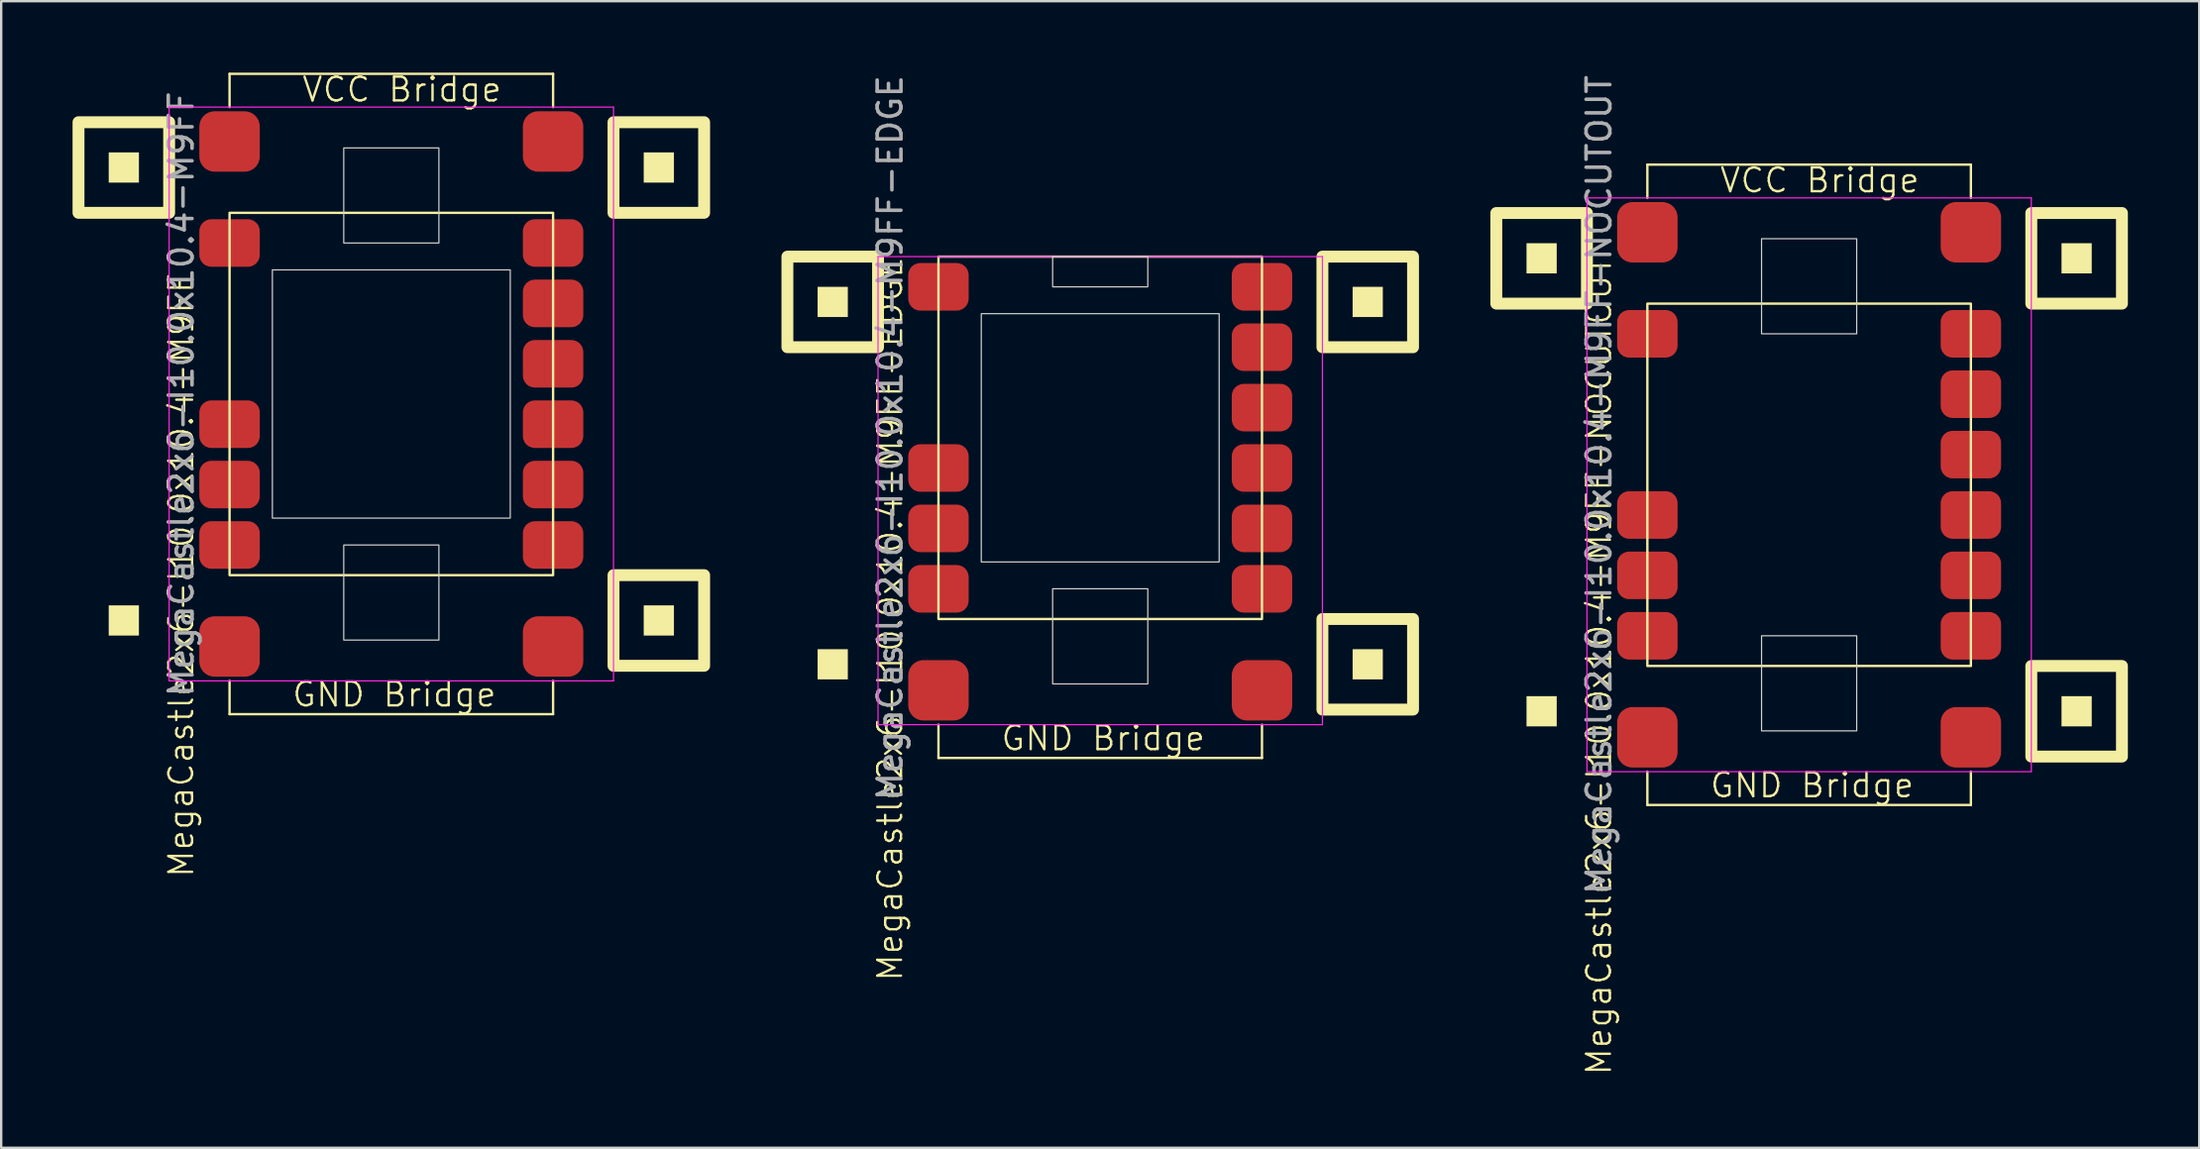
<source format=kicad_pcb>
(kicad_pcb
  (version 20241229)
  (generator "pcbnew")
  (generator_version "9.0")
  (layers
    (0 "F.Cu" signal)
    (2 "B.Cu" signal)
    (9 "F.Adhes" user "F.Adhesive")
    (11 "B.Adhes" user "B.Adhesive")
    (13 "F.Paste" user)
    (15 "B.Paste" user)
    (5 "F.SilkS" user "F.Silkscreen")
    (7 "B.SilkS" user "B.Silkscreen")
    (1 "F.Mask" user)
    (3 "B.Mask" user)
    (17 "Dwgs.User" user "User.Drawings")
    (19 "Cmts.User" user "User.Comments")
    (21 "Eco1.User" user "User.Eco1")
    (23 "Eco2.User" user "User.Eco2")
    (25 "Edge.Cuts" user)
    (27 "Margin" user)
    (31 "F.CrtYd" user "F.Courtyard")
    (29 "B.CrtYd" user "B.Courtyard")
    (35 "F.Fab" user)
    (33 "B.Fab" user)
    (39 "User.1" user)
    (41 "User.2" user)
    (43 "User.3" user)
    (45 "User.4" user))
  (footprint "MegaCastle2x6-I10.0x10.4-M9FF-EDGE"
    (layer "F.Cu")
    (at 43.2 15.363)
    (property "Reference" "MegaCastle2x6-I10.0x10.4-M9FF-EDGE" (at -8.832 7.62 90) (unlocked yes) (layer "F.SilkS") (effects (font (size 1 1) (thickness 0.1))))
    (attr smd)
    (fp_line (start -6.8 12.065) (end -6.8 13.465) (stroke (width 0.1) (type default)) (layer "F.SilkS"))
    (fp_line (start -6.8 13.465) (end 6.8 13.465) (stroke (width 0.1) (type default)) (layer "F.SilkS"))
    (fp_line (start 6.8 12.065) (end 6.8 13.465) (stroke (width 0.1) (type default)) (layer "F.SilkS"))
    (fp_rect (start -10.61 -5.08) (end -11.88 -6.35) (stroke (width 0) (type solid)) (fill yes) (layer "F.SilkS"))
    (fp_rect (start -10.61 10.16) (end -11.88 8.89) (stroke (width 0) (type solid)) (fill yes) (layer "F.SilkS"))
    (fp_rect (start -9.34 -3.81) (end -13.15 -7.62) (stroke (width 0.5) (type default)) (fill no) (layer "F.SilkS"))
    (fp_rect (start -6.8 -7.62) (end 6.8 7.62) (stroke (width 0.1) (type default)) (fill no) (layer "F.SilkS"))
    (fp_rect (start 11.88 -5.08) (end 10.61 -6.35) (stroke (width 0) (type solid)) (fill yes) (layer "F.SilkS"))
    (fp_rect (start 11.88 10.16) (end 10.61 8.89) (stroke (width 0) (type solid)) (fill yes) (layer "F.SilkS"))
    (fp_rect (start 13.15 -3.81) (end 9.34 -7.62) (stroke (width 0.5) (type default)) (fill no) (layer "F.SilkS"))
    (fp_rect (start 13.15 11.43) (end 9.34 7.62) (stroke (width 0.5) (type default)) (fill no) (layer "F.SilkS"))
    (fp_rect (start -5 -5.22) (end 5 5.22) (stroke (width 0.05) (type default)) (fill no) (layer "Edge.Cuts"))
    (fp_rect (start -2 -6.35) (end 2 -7.62) (stroke (width 0.05) (type default)) (fill no) (layer "Edge.Cuts"))
    (fp_rect (start -2 6.35) (end 2 10.35) (stroke (width 0.05) (type default)) (fill no) (layer "Edge.Cuts"))
    (fp_line (start -9.34 -7.62) (end -9.34 12.065) (stroke (width 0.05) (type default)) (layer "F.CrtYd"))
    (fp_line (start -9.34 12.065) (end 9.34 12.065) (stroke (width 0.05) (type default)) (layer "F.CrtYd"))
    (fp_line (start 9.34 -7.62) (end -9.34 -7.62) (stroke (width 0.05) (type default)) (layer "F.CrtYd"))
    (fp_line (start 9.34 -7.62) (end 9.34 12.065) (stroke (width 0.05) (type default)) (layer "F.CrtYd"))
    (fp_text user "GND Bridge" (at -4.226 13.22 0) (unlocked yes) (layer "F.SilkS") (effects (font (size 1 1) (thickness 0.1)) (justify left bottom)))
    (fp_text user "${REFERENCE}" (at -8.832 0 90) (unlocked yes) (layer "F.Fab") (effects (font (size 1 1) (thickness 0.15))))
    (pad "1" smd roundrect (at -6.8 -6.35) (size 2.54 2) (layers "F.Cu" "F.Mask" "F.Paste") (roundrect_rratio 0.25))
    (pad "4" smd roundrect (at -6.8 1.27) (size 2.54 2) (layers "F.Cu" "F.Mask" "F.Paste") (roundrect_rratio 0.25))
    (pad "5" smd roundrect (at -6.8 3.81) (size 2.54 2) (layers "F.Cu" "F.Mask" "F.Paste") (roundrect_rratio 0.25))
    (pad "6" smd roundrect (at -6.8 6.35) (size 2.54 2) (layers "F.Cu" "F.Mask" "F.Paste") (roundrect_rratio 0.25))
    (pad "7" smd roundrect (at 6.8 -6.35) (size 2.54 2) (layers "F.Cu" "F.Mask" "F.Paste") (roundrect_rratio 0.25))
    (pad "8" smd roundrect (at 6.8 -3.81) (size 2.54 2) (layers "F.Cu" "F.Mask" "F.Paste") (roundrect_rratio 0.25))
    (pad "9" smd roundrect (at 6.8 -1.27) (size 2.54 2) (layers "F.Cu" "F.Mask" "F.Paste") (roundrect_rratio 0.25))
    (pad "10" smd roundrect (at 6.8 1.27) (size 2.54 2) (layers "F.Cu" "F.Mask" "F.Paste") (roundrect_rratio 0.25))
    (pad "11" smd roundrect (at 6.8 3.81) (size 2.54 2) (layers "F.Cu" "F.Mask" "F.Paste") (roundrect_rratio 0.25))
    (pad "12" smd roundrect (at 6.8 6.35) (size 2.54 2) (layers "F.Cu" "F.Mask" "F.Paste") (roundrect_rratio 0.25))
    (pad "B1" smd roundrect (at -6.8 10.62) (size 2.54 2.54) (layers "F.Cu" "F.Mask" "F.Paste") (roundrect_rratio 0.25))
    (pad "B2" smd roundrect (at 6.8 10.62) (size 2.54 2.54) (layers "F.Cu" "F.Mask" "F.Paste") (roundrect_rratio 0.25)))
  (footprint "MegaCastle2x6-I10.0x10.4-M9FF-NOCUTOUT"
    (layer "F.Cu")
    (at 73 17.339)
    (property "Reference" "MegaCastle2x6-I10.0x10.4-M9FF-NOCUTOUT" (at -8.832 7.62 90) (unlocked yes) (layer "F.SilkS") (effects (font (size 1 1) (thickness 0.1))))
    (attr smd)
    (fp_line (start -6.8 -13.465) (end 6.8 -13.465) (stroke (width 0.1) (type default)) (layer "F.SilkS"))
    (fp_line (start -6.8 -12.065) (end -6.8 -13.465) (stroke (width 0.1) (type default)) (layer "F.SilkS"))
    (fp_line (start -6.8 12.065) (end -6.8 13.465) (stroke (width 0.1) (type default)) (layer "F.SilkS"))
    (fp_line (start -6.8 13.465) (end 6.8 13.465) (stroke (width 0.1) (type default)) (layer "F.SilkS"))
    (fp_line (start 6.8 -12.065) (end 6.8 -13.465) (stroke (width 0.1) (type default)) (layer "F.SilkS"))
    (fp_line (start 6.8 12.065) (end 6.8 13.465) (stroke (width 0.1) (type default)) (layer "F.SilkS"))
    (fp_rect (start -10.61 -8.89) (end -11.88 -10.16) (stroke (width 0) (type solid)) (fill yes) (layer "F.SilkS"))
    (fp_rect (start -10.61 10.16) (end -11.88 8.89) (stroke (width 0) (type solid)) (fill yes) (layer "F.SilkS"))
    (fp_rect (start -9.34 -7.62) (end -13.15 -11.43) (stroke (width 0.5) (type default)) (fill no) (layer "F.SilkS"))
    (fp_rect (start -6.8 -7.62) (end 6.8 7.62) (stroke (width 0.1) (type default)) (fill no) (layer "F.SilkS"))
    (fp_rect (start 11.88 -8.89) (end 10.61 -10.16) (stroke (width 0) (type solid)) (fill yes) (layer "F.SilkS"))
    (fp_rect (start 11.88 10.16) (end 10.61 8.89) (stroke (width 0) (type solid)) (fill yes) (layer "F.SilkS"))
    (fp_rect (start 13.15 -7.62) (end 9.34 -11.43) (stroke (width 0.5) (type default)) (fill no) (layer "F.SilkS"))
    (fp_rect (start 13.15 11.43) (end 9.34 7.62) (stroke (width 0.5) (type default)) (fill no) (layer "F.SilkS"))
    (fp_rect (start -2 -6.35) (end 2 -10.35) (stroke (width 0.05) (type default)) (fill no) (layer "Edge.Cuts"))
    (fp_rect (start -2 6.35) (end 2 10.35) (stroke (width 0.05) (type default)) (fill no) (layer "Edge.Cuts"))
    (fp_line (start -9.34 -12.065) (end -9.34 12.065) (stroke (width 0.05) (type default)) (layer "F.CrtYd"))
    (fp_line (start -9.34 12.065) (end 9.34 12.065) (stroke (width 0.05) (type default)) (layer "F.CrtYd"))
    (fp_line (start 9.34 -12.065) (end -9.34 -12.065) (stroke (width 0.05) (type default)) (layer "F.CrtYd"))
    (fp_line (start 9.34 -12.065) (end 9.34 12.065) (stroke (width 0.05) (type default)) (layer "F.CrtYd"))
    (fp_text user "GND Bridge" (at -4.226 13.22 0) (unlocked yes) (layer "F.SilkS") (effects (font (size 1 1) (thickness 0.1)) (justify left bottom)))
    (fp_text user "VCC Bridge" (at -3.81 -12.22 0) (unlocked yes) (layer "F.SilkS") (effects (font (size 1 1) (thickness 0.1)) (justify left bottom)))
    (fp_text user "${REFERENCE}" (at -8.832 0 90) (unlocked yes) (layer "F.Fab") (effects (font (size 1 1) (thickness 0.15))))
    (pad "1" smd roundrect (at -6.8 -6.35) (size 2.54 2) (layers "F.Cu" "F.Mask" "F.Paste") (roundrect_rratio 0.25))
    (pad "4" smd roundrect (at -6.8 1.27) (size 2.54 2) (layers "F.Cu" "F.Mask" "F.Paste") (roundrect_rratio 0.25))
    (pad "5" smd roundrect (at -6.8 3.81) (size 2.54 2) (layers "F.Cu" "F.Mask" "F.Paste") (roundrect_rratio 0.25))
    (pad "6" smd roundrect (at -6.8 6.35) (size 2.54 2) (layers "F.Cu" "F.Mask" "F.Paste") (roundrect_rratio 0.25))
    (pad "7" smd roundrect (at 6.8 -6.35) (size 2.54 2) (layers "F.Cu" "F.Mask" "F.Paste") (roundrect_rratio 0.25))
    (pad "8" smd roundrect (at 6.8 -3.81) (size 2.54 2) (layers "F.Cu" "F.Mask" "F.Paste") (roundrect_rratio 0.25))
    (pad "9" smd roundrect (at 6.8 -1.27) (size 2.54 2) (layers "F.Cu" "F.Mask" "F.Paste") (roundrect_rratio 0.25))
    (pad "10" smd roundrect (at 6.8 1.27) (size 2.54 2) (layers "F.Cu" "F.Mask" "F.Paste") (roundrect_rratio 0.25))
    (pad "11" smd roundrect (at 6.8 3.81) (size 2.54 2) (layers "F.Cu" "F.Mask" "F.Paste") (roundrect_rratio 0.25))
    (pad "12" smd roundrect (at 6.8 6.35) (size 2.54 2) (layers "F.Cu" "F.Mask" "F.Paste") (roundrect_rratio 0.25))
    (pad "A1" smd roundrect (at -6.8 -10.62) (size 2.54 2.54) (layers "F.Cu" "F.Mask" "F.Paste") (roundrect_rratio 0.25))
    (pad "A2" smd roundrect (at 6.8 -10.62) (size 2.54 2.54) (layers "F.Cu" "F.Mask" "F.Paste") (roundrect_rratio 0.25))
    (pad "B1" smd roundrect (at -6.8 10.62) (size 2.54 2.54) (layers "F.Cu" "F.Mask" "F.Paste") (roundrect_rratio 0.25))
    (pad "B2" smd roundrect (at 6.8 10.62) (size 2.54 2.54) (layers "F.Cu" "F.Mask" "F.Paste") (roundrect_rratio 0.25)))
  (footprint "MegaCastle2x6-I10.0x10.4-M9FF"
    (layer "F.Cu")
    (at 13.4 13.52)
    (property "Reference" "MegaCastle2x6-I10.0x10.4-M9FF" (at -8.832 7.62 90) (unlocked yes) (layer "F.SilkS") (effects (font (size 1 1) (thickness 0.1))))
    (attr smd)
    (fp_line (start -6.8 -13.465) (end 6.8 -13.465) (stroke (width 0.1) (type default)) (layer "F.SilkS"))
    (fp_line (start -6.8 -12.065) (end -6.8 -13.465) (stroke (width 0.1) (type default)) (layer "F.SilkS"))
    (fp_line (start -6.8 12.065) (end -6.8 13.465) (stroke (width 0.1) (type default)) (layer "F.SilkS"))
    (fp_line (start -6.8 13.465) (end 6.8 13.465) (stroke (width 0.1) (type default)) (layer "F.SilkS"))
    (fp_line (start 6.8 -12.065) (end 6.8 -13.465) (stroke (width 0.1) (type default)) (layer "F.SilkS"))
    (fp_line (start 6.8 12.065) (end 6.8 13.465) (stroke (width 0.1) (type default)) (layer "F.SilkS"))
    (fp_rect (start -10.61 -8.89) (end -11.88 -10.16) (stroke (width 0) (type solid)) (fill yes) (layer "F.SilkS"))
    (fp_rect (start -10.61 10.16) (end -11.88 8.89) (stroke (width 0) (type solid)) (fill yes) (layer "F.SilkS"))
    (fp_rect (start -9.34 -7.62) (end -13.15 -11.43) (stroke (width 0.5) (type default)) (fill no) (layer "F.SilkS"))
    (fp_rect (start -6.8 -7.62) (end 6.8 7.62) (stroke (width 0.1) (type default)) (fill no) (layer "F.SilkS"))
    (fp_rect (start 11.88 -8.89) (end 10.61 -10.16) (stroke (width 0) (type solid)) (fill yes) (layer "F.SilkS"))
    (fp_rect (start 11.88 10.16) (end 10.61 8.89) (stroke (width 0) (type solid)) (fill yes) (layer "F.SilkS"))
    (fp_rect (start 13.15 -7.62) (end 9.34 -11.43) (stroke (width 0.5) (type default)) (fill no) (layer "F.SilkS"))
    (fp_rect (start 13.15 11.43) (end 9.34 7.62) (stroke (width 0.5) (type default)) (fill no) (layer "F.SilkS"))
    (fp_rect (start -5 -5.22) (end 5 5.22) (stroke (width 0.05) (type default)) (fill no) (layer "Edge.Cuts"))
    (fp_rect (start -2 -6.35) (end 2 -10.35) (stroke (width 0.05) (type default)) (fill no) (layer "Edge.Cuts"))
    (fp_rect (start -2 6.35) (end 2 10.35) (stroke (width 0.05) (type default)) (fill no) (layer "Edge.Cuts"))
    (fp_line (start -9.34 -12.065) (end -9.34 12.065) (stroke (width 0.05) (type default)) (layer "F.CrtYd"))
    (fp_line (start -9.34 12.065) (end 9.34 12.065) (stroke (width 0.05) (type default)) (layer "F.CrtYd"))
    (fp_line (start 9.34 -12.065) (end -9.34 -12.065) (stroke (width 0.05) (type default)) (layer "F.CrtYd"))
    (fp_line (start 9.34 -12.065) (end 9.34 12.065) (stroke (width 0.05) (type default)) (layer "F.CrtYd"))
    (fp_text user "GND Bridge" (at -4.226 13.22 0) (unlocked yes) (layer "F.SilkS") (effects (font (size 1 1) (thickness 0.1)) (justify left bottom)))
    (fp_text user "VCC Bridge" (at -3.81 -12.22 0) (unlocked yes) (layer "F.SilkS") (effects (font (size 1 1) (thickness 0.1)) (justify left bottom)))
    (fp_text user "${REFERENCE}" (at -8.832 0 90) (unlocked yes) (layer "F.Fab") (effects (font (size 1 1) (thickness 0.15))))
    (pad "1" smd roundrect (at -6.8 -6.35) (size 2.54 2) (layers "F.Cu" "F.Mask" "F.Paste") (roundrect_rratio 0.25))
    (pad "4" smd roundrect (at -6.8 1.27) (size 2.54 2) (layers "F.Cu" "F.Mask" "F.Paste") (roundrect_rratio 0.25))
    (pad "5" smd roundrect (at -6.8 3.81) (size 2.54 2) (layers "F.Cu" "F.Mask" "F.Paste") (roundrect_rratio 0.25))
    (pad "6" smd roundrect (at -6.8 6.35) (size 2.54 2) (layers "F.Cu" "F.Mask" "F.Paste") (roundrect_rratio 0.25))
    (pad "7" smd roundrect (at 6.8 -6.35) (size 2.54 2) (layers "F.Cu" "F.Mask" "F.Paste") (roundrect_rratio 0.25))
    (pad "8" smd roundrect (at 6.8 -3.81) (size 2.54 2) (layers "F.Cu" "F.Mask" "F.Paste") (roundrect_rratio 0.25))
    (pad "9" smd roundrect (at 6.8 -1.27) (size 2.54 2) (layers "F.Cu" "F.Mask" "F.Paste") (roundrect_rratio 0.25))
    (pad "10" smd roundrect (at 6.8 1.27) (size 2.54 2) (layers "F.Cu" "F.Mask" "F.Paste") (roundrect_rratio 0.25))
    (pad "11" smd roundrect (at 6.8 3.81) (size 2.54 2) (layers "F.Cu" "F.Mask" "F.Paste") (roundrect_rratio 0.25))
    (pad "12" smd roundrect (at 6.8 6.35) (size 2.54 2) (layers "F.Cu" "F.Mask" "F.Paste") (roundrect_rratio 0.25))
    (pad "A1" smd roundrect (at -6.8 -10.62) (size 2.54 2.54) (layers "F.Cu" "F.Mask" "F.Paste") (roundrect_rratio 0.25))
    (pad "A2" smd roundrect (at 6.8 -10.62) (size 2.54 2.54) (layers "F.Cu" "F.Mask" "F.Paste") (roundrect_rratio 0.25))
    (pad "B1" smd roundrect (at -6.8 10.62) (size 2.54 2.54) (layers "F.Cu" "F.Mask" "F.Paste") (roundrect_rratio 0.25))
    (pad "B2" smd roundrect (at 6.8 10.62) (size 2.54 2.54) (layers "F.Cu" "F.Mask" "F.Paste") (roundrect_rratio 0.25)))
  (gr_rect
    (start -3 -3)
    (end 89.4 45.224)
    (stroke (width 0.1) (type default))
    (fill no)
    (layer "Edge.Cuts")))
</source>
